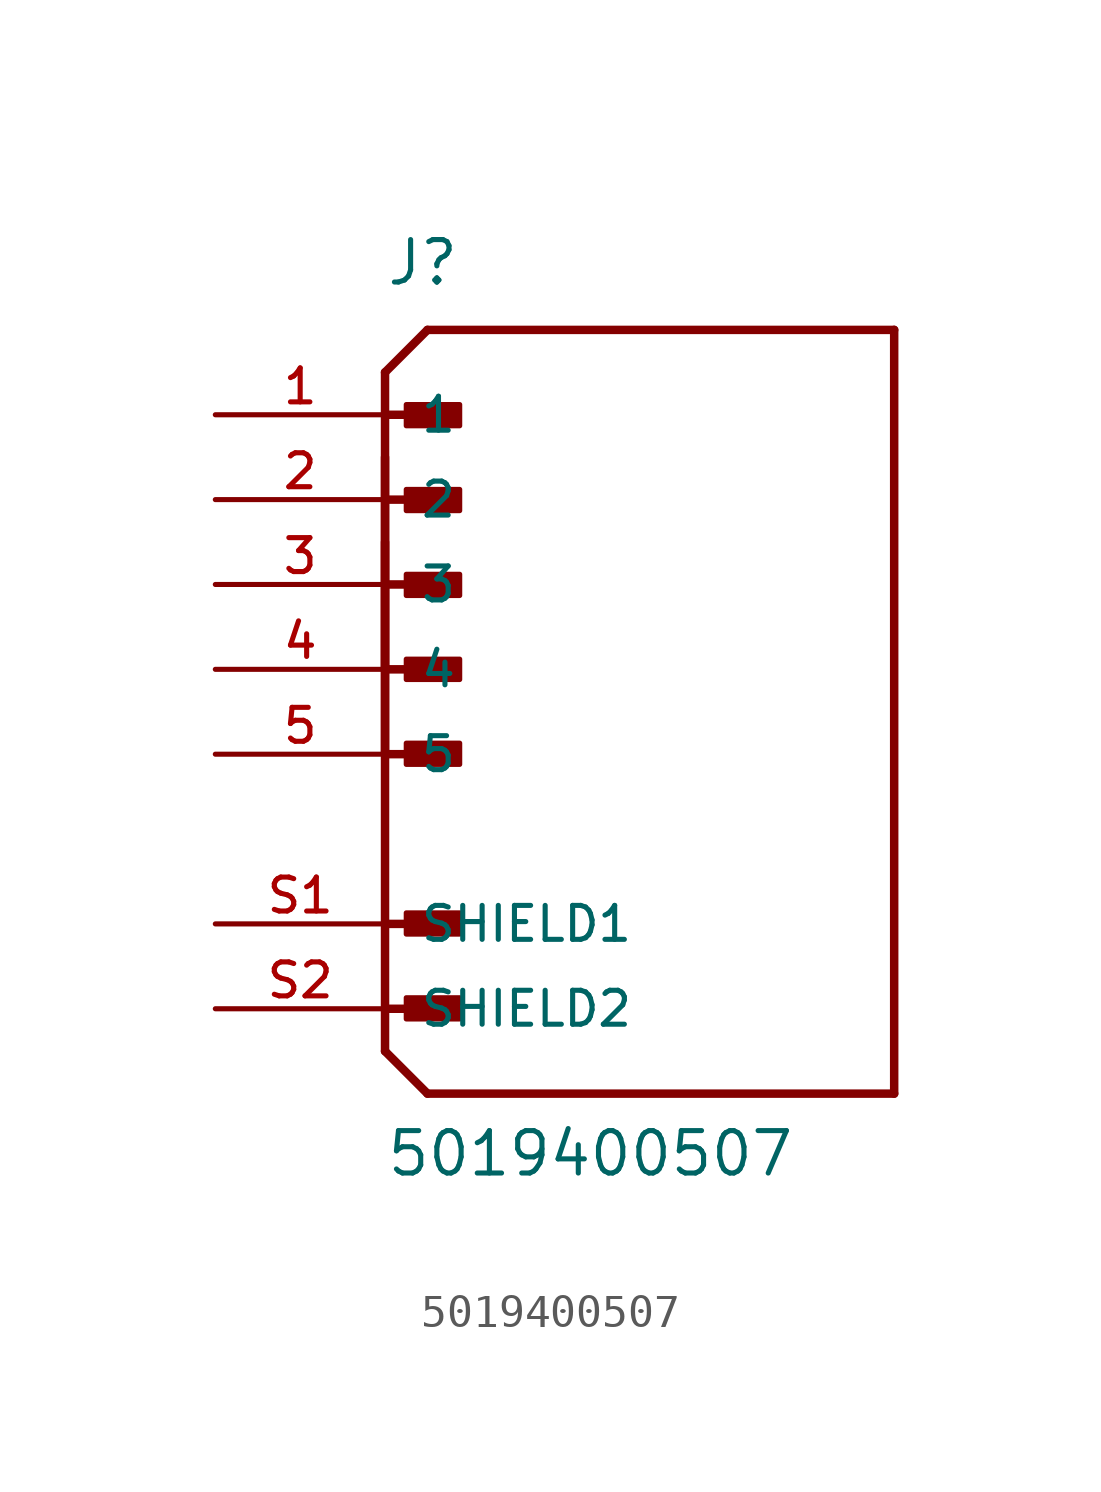
<source format=kicad_sym>
(kicad_symbol_lib
  (version 20211014)
  (generator kicad_symbol_editor)
  (symbol "5019400507"
    (pin_names
      (offset 1.016))
    (property "Reference" "J"
      (at -7.62 11.43 0)
      (effects (font (size 1.27 1.27)) (justify left bottom)))
    (property "Value" "5019400507"
      (at -7.62 -15.24 0)
      (effects (font (size 1.27 1.27)) (justify left bottom)))
    (symbol "5019400507_0_0"
      (rectangle (start -6.985 -10.465) (end -5.385 -9.83) (stroke (width 0) (type default) (color 0 0 0 0)) (fill (type outline)))
      (rectangle (start -6.985 -7.925) (end -5.385 -7.29) (stroke (width 0) (type default) (color 0 0 0 0)) (fill (type outline)))
      (rectangle (start -6.985 -2.845) (end -5.385 -2.21) (stroke (width 0) (type default) (color 0 0 0 0)) (fill (type outline)))
      (rectangle (start -6.985 -0.305) (end -5.385 0.305) (stroke (width 0) (type default) (color 0 0 0 0)) (fill (type outline)))
      (rectangle (start -6.985 2.21) (end -5.385 2.845) (stroke (width 0) (type default) (color 0 0 0 0)) (fill (type outline)))
      (rectangle (start -6.985 4.75) (end -5.385 5.385) (stroke (width 0) (type default) (color 0 0 0 0)) (fill (type outline)))
      (rectangle (start -6.985 7.29) (end -5.385 7.925) (stroke (width 0) (type default) (color 0 0 0 0)) (fill (type outline)))
      (polyline (pts (xy -7.62 -11.43) (xy -6.35 -12.7)) (stroke (width 0.254) (type default) (color 0 0 0 0)) (fill (type none)))
      (polyline (pts (xy -7.62 -10.16) (xy -5.715 -10.16)) (stroke (width 0.254) (type default) (color 0 0 0 0)) (fill (type none)))
      (polyline (pts (xy -7.62 -7.62) (xy -5.715 -7.62)) (stroke (width 0.254) (type default) (color 0 0 0 0)) (fill (type none)))
      (polyline (pts (xy -7.62 -2.54) (xy -5.715 -2.54)) (stroke (width 0.254) (type default) (color 0 0 0 0)) (fill (type none)))
      (polyline (pts (xy -7.62 0) (xy -5.715 0)) (stroke (width 0.254) (type default) (color 0 0 0 0)) (fill (type none)))
      (polyline (pts (xy -7.62 2.54) (xy -7.62 -11.43)) (stroke (width 0.254) (type default) (color 0 0 0 0)) (fill (type none)))
      (polyline (pts (xy -7.62 2.54) (xy -5.715 2.54)) (stroke (width 0.254) (type default) (color 0 0 0 0)) (fill (type none)))
      (polyline (pts (xy -7.62 3.81) (xy -7.62 -2.54)) (stroke (width 0.254) (type default) (color 0 0 0 0)) (fill (type none)))
      (polyline (pts (xy -7.62 5.08) (xy -5.715 5.08)) (stroke (width 0.254) (type default) (color 0 0 0 0)) (fill (type none)))
      (polyline (pts (xy -7.62 6.35) (xy -7.62 0)) (stroke (width 0.254) (type default) (color 0 0 0 0)) (fill (type none)))
      (polyline (pts (xy -7.62 7.62) (xy -5.715 7.62)) (stroke (width 0.254) (type default) (color 0 0 0 0)) (fill (type none)))
      (polyline (pts (xy -7.62 8.89) (xy -7.62 2.54)) (stroke (width 0.254) (type default) (color 0 0 0 0)) (fill (type none)))
      (polyline (pts (xy -7.62 8.89) (xy -6.35 10.16)) (stroke (width 0.254) (type default) (color 0 0 0 0)) (fill (type none)))
      (polyline (pts (xy -6.35 -12.7) (xy 7.62 -12.7)) (stroke (width 0.254) (type default) (color 0 0 0 0)) (fill (type none)))
      (polyline (pts (xy 7.62 -12.7) (xy 7.62 10.16)) (stroke (width 0.254) (type default) (color 0 0 0 0)) (fill (type none)))
      (polyline (pts (xy 7.62 10.16) (xy -6.35 10.16)) (stroke (width 0.254) (type default) (color 0 0 0 0)) (fill (type none)))
      (pin passive line (at -12.7 7.62 0) (length 5.08) (name "1" (effects (font (size 1.016 1.016)))) (number "1" (effects (font (size 1.016 1.016)))))
      (pin passive line (at -12.7 5.08 0) (length 5.08) (name "2" (effects (font (size 1.016 1.016)))) (number "2" (effects (font (size 1.016 1.016)))))
      (pin passive line (at -12.7 2.54 0) (length 5.08) (name "3" (effects (font (size 1.016 1.016)))) (number "3" (effects (font (size 1.016 1.016)))))
      (pin passive line (at -12.7 0 0) (length 5.08) (name "4" (effects (font (size 1.016 1.016)))) (number "4" (effects (font (size 1.016 1.016)))))
      (pin passive line (at -12.7 -2.54 0) (length 5.08) (name "5" (effects (font (size 1.016 1.016)))) (number "5" (effects (font (size 1.016 1.016)))))
      (pin passive line (at -12.7 -7.62 0) (length 5.08) (name "SHIELD1" (effects (font (size 1.016 1.016)))) (number "S1" (effects (font (size 1.016 1.016)))))
      (pin passive line (at -12.7 -10.16 0) (length 5.08) (name "SHIELD2" (effects (font (size 1.016 1.016)))) (number "S2" (effects (font (size 1.016 1.016))))))))
</source>
